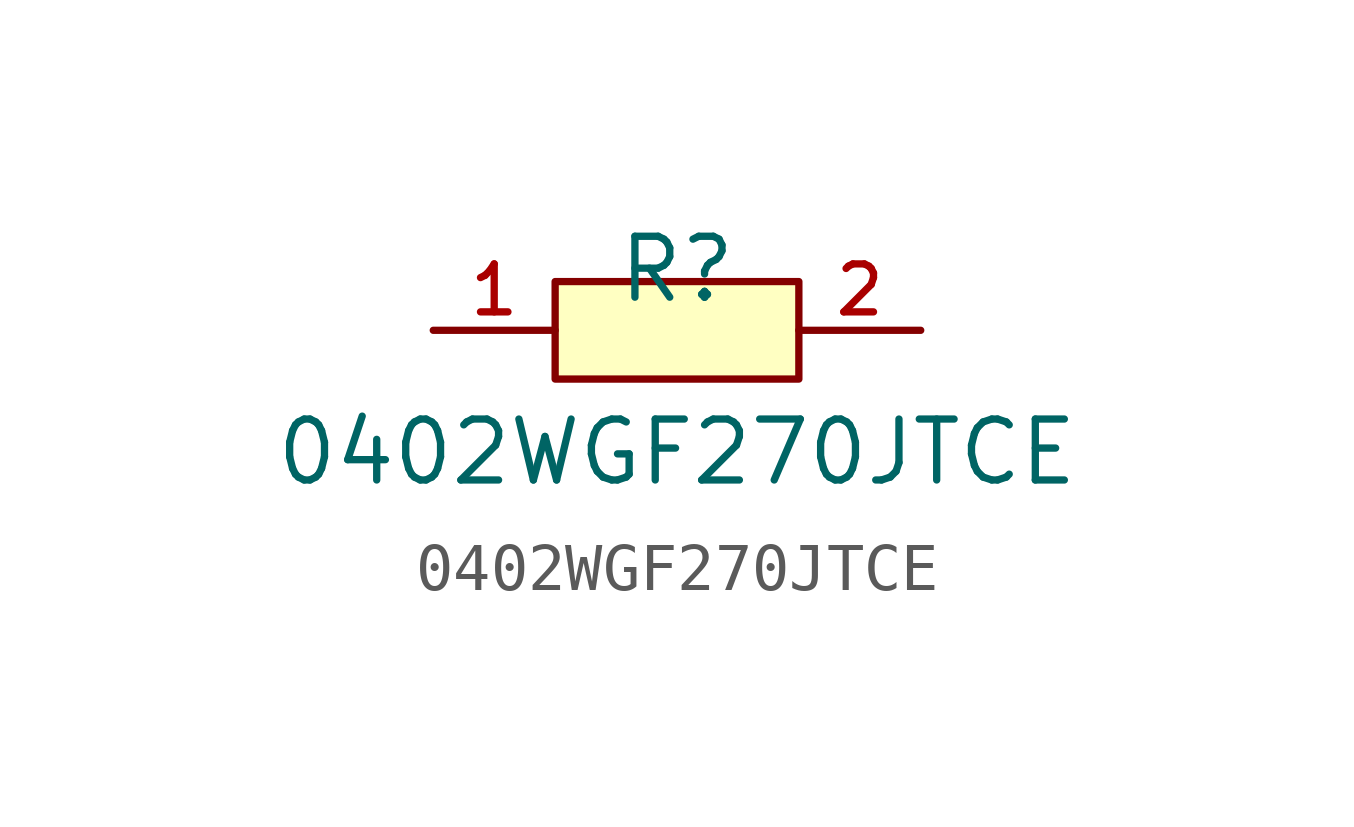
<source format=kicad_sym>
(kicad_symbol_lib
  (version 20210201)
  (generator TousstNicolas/JLC2KiCad_lib)
  (symbol "0402WGF270JTCE"
    (pin_names hide)
    (property "Reference" "R"
      (at 0 1.27 0)
      (effects (font (size 1.27 1.27))))
    (property "Value" "0402WGF270JTCE"
      (at 0 -2.54 0)
      (effects (font (size 1.27 1.27))))
    (symbol "0402WGF270JTCE_0_1"
      (pin input line (at 5.08 -0.0 180) (length 2.54) (name "2" (effects (font (size 1 1)))) (number "2" (effects (font (size 1 1)))))
      (pin input line (at -5.08 -0.0 0) (length 2.54) (name "1" (effects (font (size 1 1)))) (number "1" (effects (font (size 1 1)))))
      (rectangle (start -2.54 1.016) (end 2.54 -1.016) (stroke (width 0) (type default) (color 0 0 0 0)) (fill (type background))))))
</source>
